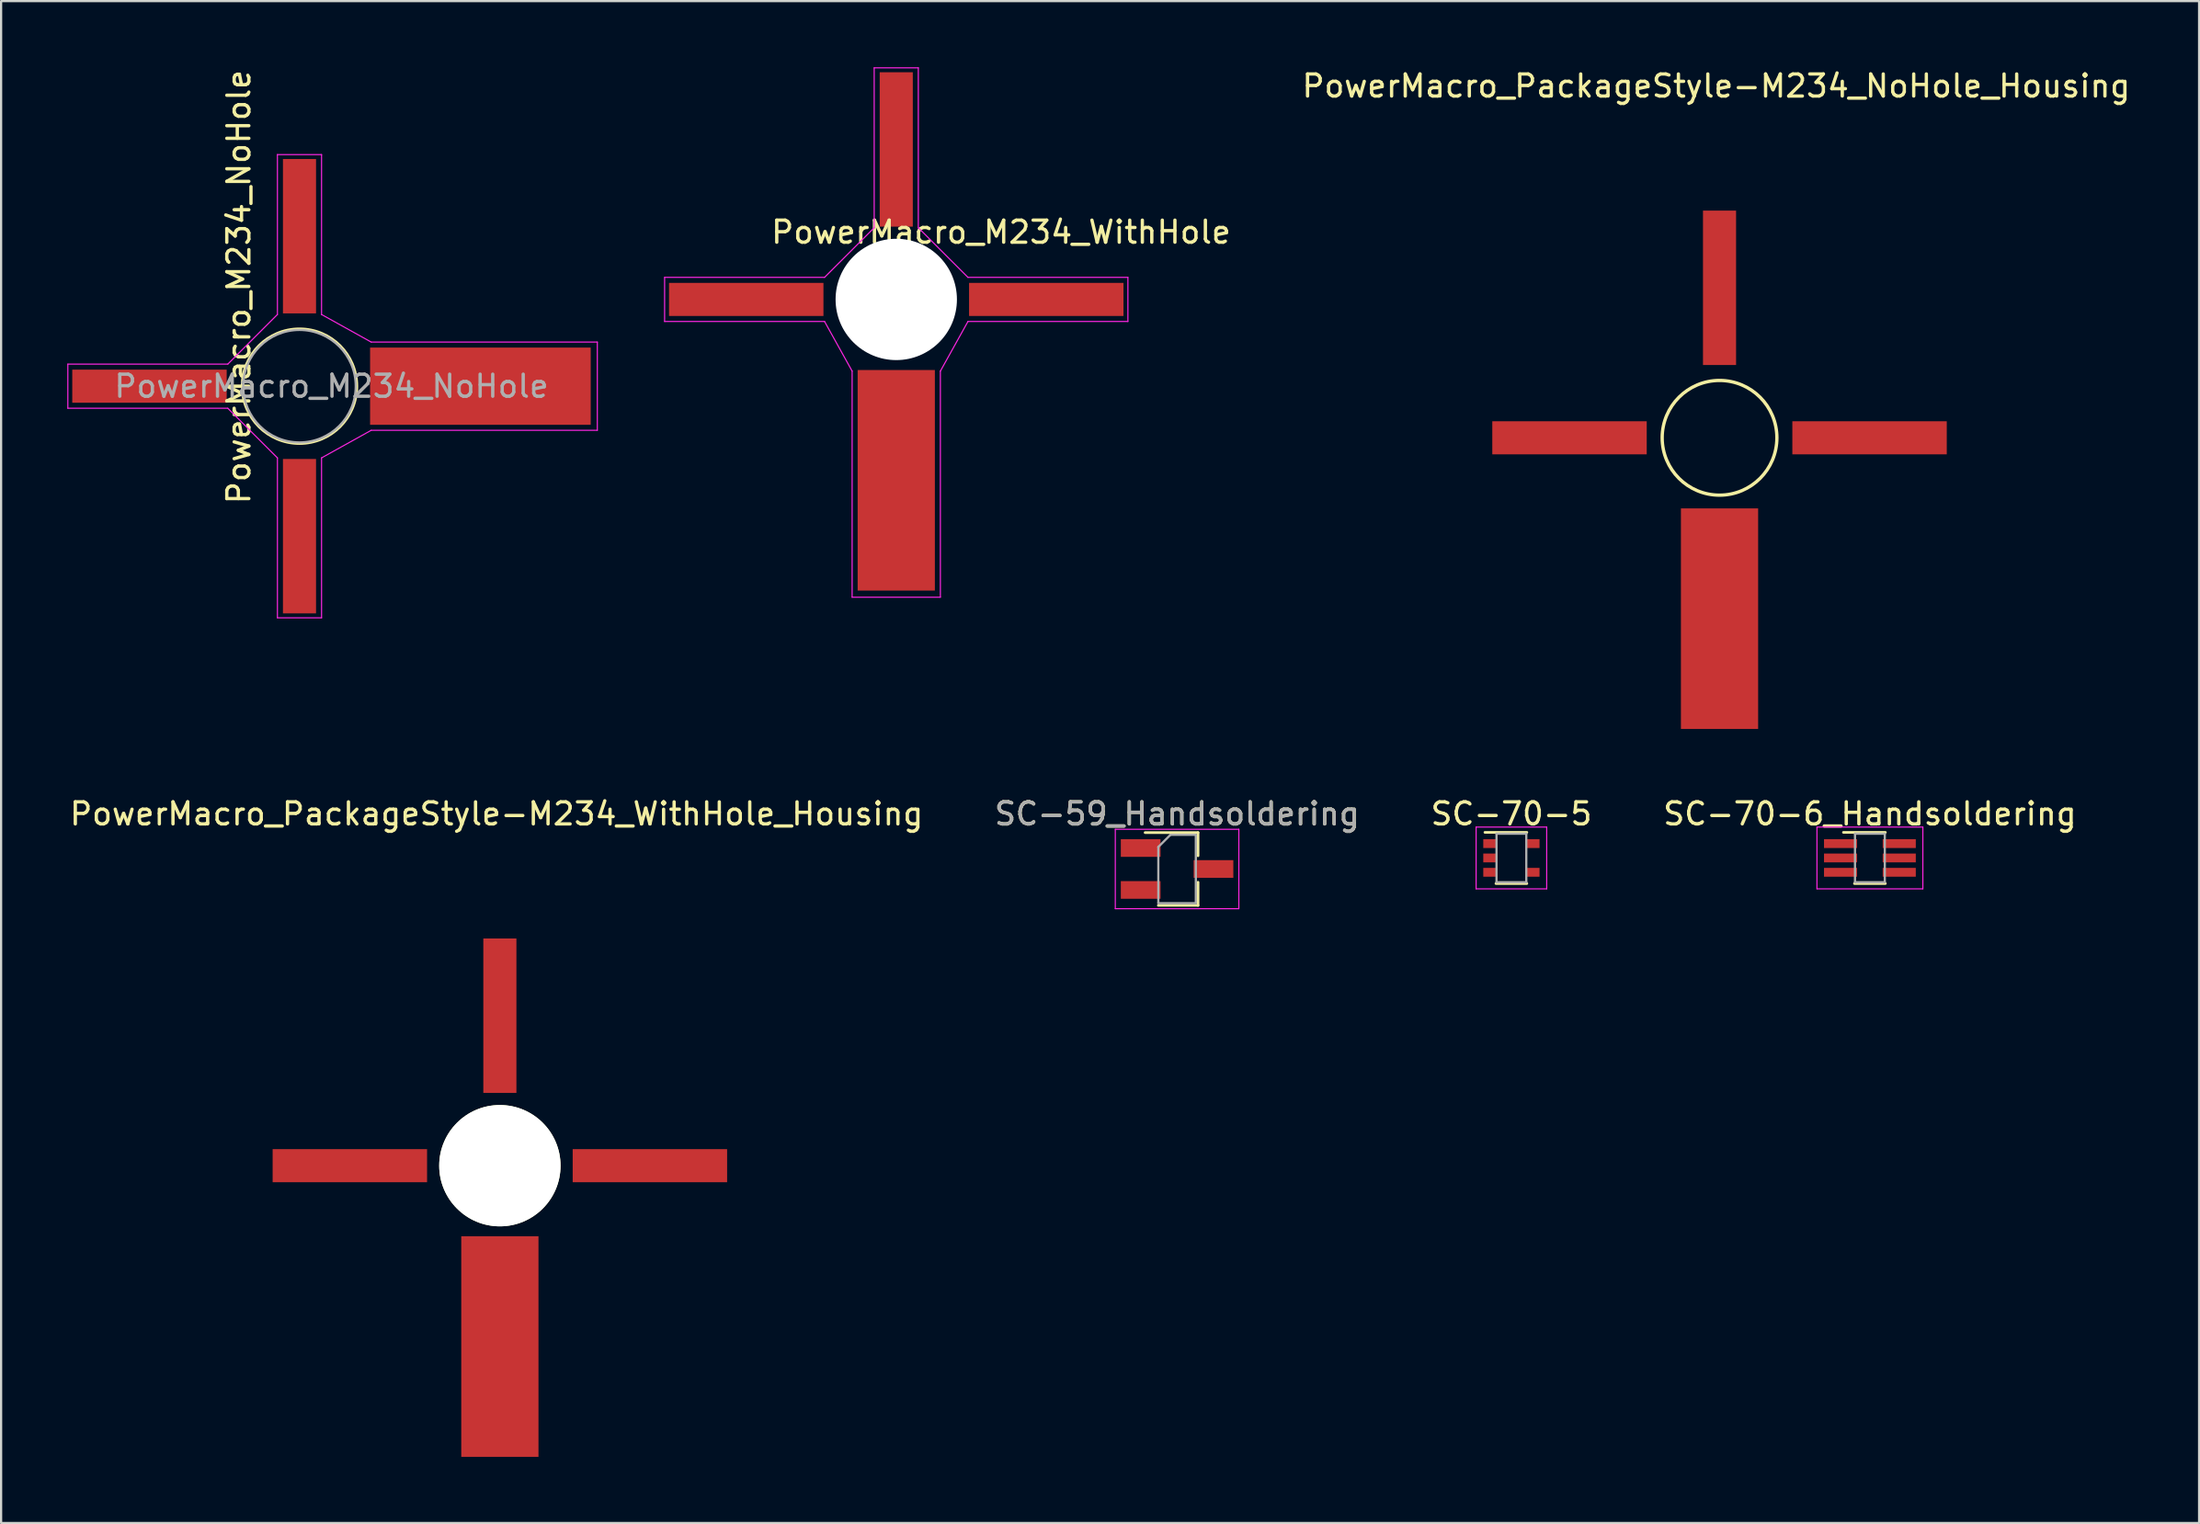
<source format=kicad_pcb>
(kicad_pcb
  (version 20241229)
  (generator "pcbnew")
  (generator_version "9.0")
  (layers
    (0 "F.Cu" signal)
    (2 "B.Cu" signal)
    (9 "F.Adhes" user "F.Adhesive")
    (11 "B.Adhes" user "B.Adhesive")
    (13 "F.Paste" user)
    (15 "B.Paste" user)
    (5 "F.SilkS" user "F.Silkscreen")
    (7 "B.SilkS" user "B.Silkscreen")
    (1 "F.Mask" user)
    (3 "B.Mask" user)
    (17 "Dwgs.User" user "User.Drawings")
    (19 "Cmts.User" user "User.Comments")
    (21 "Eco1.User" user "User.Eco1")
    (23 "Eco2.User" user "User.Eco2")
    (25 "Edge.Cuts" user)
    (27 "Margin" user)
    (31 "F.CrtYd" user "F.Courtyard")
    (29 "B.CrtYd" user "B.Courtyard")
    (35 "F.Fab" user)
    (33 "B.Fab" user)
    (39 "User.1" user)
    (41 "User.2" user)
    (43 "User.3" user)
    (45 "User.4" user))
  (footprint "SC-59_Handsoldering"
    (layer "F.Cu")
    (at 50.304 36.346)
    (property "Reference" "SC-59_Handsoldering" (at 0 -2.5 0) (layer "F.SilkS") (effects (font (size 1 1) (thickness 0.15))))
    (attr smd)
    (fp_line (start -1.45 -1.65) (end 0.95 -1.65) (stroke (width 0.12) (type solid)) (layer "F.SilkS"))
    (fp_line (start -0.85 1.65) (end 0.95 1.65) (stroke (width 0.12) (type solid)) (layer "F.SilkS"))
    (fp_line (start 0.95 -1.65) (end 0.95 -0.6) (stroke (width 0.12) (type solid)) (layer "F.SilkS"))
    (fp_line (start 0.95 1.65) (end 0.95 0.6) (stroke (width 0.12) (type solid)) (layer "F.SilkS"))
    (fp_line (start -2.8 -1.8) (end -2.8 1.8) (stroke (width 0.05) (type solid)) (layer "F.CrtYd"))
    (fp_line (start -2.8 -1.8) (end 2.8 -1.8) (stroke (width 0.05) (type solid)) (layer "F.CrtYd"))
    (fp_line (start 2.8 1.8) (end -2.8 1.8) (stroke (width 0.05) (type solid)) (layer "F.CrtYd"))
    (fp_line (start 2.8 1.8) (end 2.8 -1.8) (stroke (width 0.05) (type solid)) (layer "F.CrtYd"))
    (fp_line (start -0.85 1.55) (end -0.85 -1) (stroke (width 0.1) (type solid)) (layer "F.Fab"))
    (fp_line (start -0.85 1.55) (end 0.85 1.55) (stroke (width 0.1) (type solid)) (layer "F.Fab"))
    (fp_line (start -0.3 -1.55) (end -0.85 -1) (stroke (width 0.1) (type solid)) (layer "F.Fab"))
    (fp_line (start -0.3 -1.55) (end 0.85 -1.55) (stroke (width 0.1) (type solid)) (layer "F.Fab"))
    (fp_line (start 0.85 -1.52) (end 0.85 1.52) (stroke (width 0.1) (type solid)) (layer "F.Fab"))
    (fp_text user "${REFERENCE}" (at 0 -2.5 0) (layer "F.Fab") (effects (font (size 1 1) (thickness 0.15))))
    (pad "1" smd rect (at -1.65 -0.95) (size 1.8 0.8) (layers "F.Cu" "F.Mask" "F.Paste"))
    (pad "2" smd rect (at -1.65 0.95) (size 1.8 0.8) (layers "F.Cu" "F.Mask" "F.Paste"))
    (pad "3" smd rect (at 1.65 0) (size 1.8 0.8) (layers "F.Cu" "F.Mask" "F.Paste")))
  (footprint "PowerMacro_M234_WithHole"
    (layer "F.Cu")
    (at 37.575 11.225)
    (property "Reference" "PowerMacro_M234_WithHole" (at 4.75 -3.75 0) (layer "F.SilkS") (effects (font (size 1 1) (thickness 0.15))))
    (attr smd)
    (fp_line (start -10.5 -1.7) (end -10.5 0.3) (stroke (width 0.05) (type solid)) (layer "F.CrtYd"))
    (fp_line (start -10.5 0.3) (end -3.25 0.3) (stroke (width 0.05) (type solid)) (layer "F.CrtYd"))
    (fp_line (start -3.25 -1.7) (end -10.5 -1.7) (stroke (width 0.05) (type solid)) (layer "F.CrtYd"))
    (fp_line (start -3.25 0.3) (end -2 2.55) (stroke (width 0.05) (type solid)) (layer "F.CrtYd"))
    (fp_line (start -2 2.55) (end -2 12.8) (stroke (width 0.05) (type solid)) (layer "F.CrtYd"))
    (fp_line (start -2 12.8) (end 2 12.8) (stroke (width 0.05) (type solid)) (layer "F.CrtYd"))
    (fp_line (start -1 -11.2) (end -1 -3.95) (stroke (width 0.05) (type solid)) (layer "F.CrtYd"))
    (fp_line (start -1 -3.95) (end -3.25 -1.7) (stroke (width 0.05) (type solid)) (layer "F.CrtYd"))
    (fp_line (start 1 -11.2) (end -1 -11.2) (stroke (width 0.05) (type solid)) (layer "F.CrtYd"))
    (fp_line (start 1 -3.95) (end 1 -11.2) (stroke (width 0.05) (type solid)) (layer "F.CrtYd"))
    (fp_line (start 2 2.55) (end 3.25 0.3) (stroke (width 0.05) (type solid)) (layer "F.CrtYd"))
    (fp_line (start 2 12.8) (end 2 2.55) (stroke (width 0.05) (type solid)) (layer "F.CrtYd"))
    (fp_line (start 3.25 -1.7) (end 1 -3.95) (stroke (width 0.05) (type solid)) (layer "F.CrtYd"))
    (fp_line (start 3.25 0.3) (end 10.5 0.3) (stroke (width 0.05) (type solid)) (layer "F.CrtYd"))
    (fp_line (start 10.5 -1.7) (end 3.25 -1.7) (stroke (width 0.05) (type solid)) (layer "F.CrtYd"))
    (fp_line (start 10.5 0.3) (end 10.5 -1.7) (stroke (width 0.05) (type solid)) (layer "F.CrtYd"))
    (fp_circle (center 0 -0.7) (end 2.55 -0.7) (stroke (width 0.1) (type solid)) (fill no) (layer "F.Fab"))
    (pad "" np_thru_hole circle (at 0 -0.7) (size 5.5 5.5) (drill 5.5) (layers "*.Cu" "*.Mask"))
    (pad "1" smd rect (at 0 -7.5) (size 1.5 7) (layers "F.Cu" "F.Mask" "F.Paste"))
    (pad "2" smd rect (at -6.8 -0.7) (size 7 1.5) (layers "F.Cu" "F.Mask" "F.Paste"))
    (pad "3" smd rect (at 0 7.5) (size 3.5 10) (layers "F.Cu" "F.Mask" "F.Paste"))
    (pad "4" smd rect (at 6.8 -0.7) (size 7 1.5) (layers "F.Cu" "F.Mask" "F.Paste")))
  (footprint "SC-70-5"
    (layer "F.Cu")
    (at 65.458 35.846)
    (property "Reference" "SC-70-5" (at 0 -2 0) (layer "F.SilkS") (effects (font (size 1 1) (thickness 0.15))))
    (attr smd)
    (fp_line (start -0.7 1.16) (end 0.7 1.16) (stroke (width 0.12) (type solid)) (layer "F.SilkS"))
    (fp_line (start 0.7 -1.16) (end -1.2 -1.16) (stroke (width 0.12) (type solid)) (layer "F.SilkS"))
    (fp_line (start -1.6 -1.4) (end -1.6 1.4) (stroke (width 0.05) (type solid)) (layer "F.CrtYd"))
    (fp_line (start -1.6 -1.4) (end 1.6 -1.4) (stroke (width 0.05) (type solid)) (layer "F.CrtYd"))
    (fp_line (start -1.6 1.4) (end 1.6 1.4) (stroke (width 0.05) (type solid)) (layer "F.CrtYd"))
    (fp_line (start 1.6 1.4) (end 1.6 -1.4) (stroke (width 0.05) (type solid)) (layer "F.CrtYd"))
    (fp_line (start -0.675 -1.1) (end -0.675 1.1) (stroke (width 0.1) (type solid)) (layer "F.Fab"))
    (fp_line (start 0.675 -1.1) (end -0.675 -1.1) (stroke (width 0.1) (type solid)) (layer "F.Fab"))
    (fp_line (start 0.675 -1.1) (end 0.675 1.1) (stroke (width 0.1) (type solid)) (layer "F.Fab"))
    (fp_line (start 0.675 1.1) (end -0.675 1.1) (stroke (width 0.1) (type solid)) (layer "F.Fab"))
    (pad "1" smd rect (at -0.95 -0.65) (size 0.65 0.4) (layers "F.Cu" "F.Mask" "F.Paste"))
    (pad "2" smd rect (at -0.95 0) (size 0.65 0.4) (layers "F.Cu" "F.Mask" "F.Paste"))
    (pad "3" smd rect (at -0.95 0.65) (size 0.65 0.4) (layers "F.Cu" "F.Mask" "F.Paste"))
    (pad "4" smd rect (at 0.95 0.65) (size 0.65 0.4) (layers "F.Cu" "F.Mask" "F.Paste"))
    (pad "5" smd rect (at 0.95 -0.65) (size 0.65 0.4) (layers "F.Cu" "F.Mask" "F.Paste")))
  (footprint "PowerMacro_M234_NoHole"
    (layer "F.Cu")
    (at 11.225 14.458)
    (property "Reference" "PowerMacro_M234_NoHole" (at -3.45 -4.5 90) (layer "F.SilkS") (effects (font (size 1 1) (thickness 0.15))))
    (attr smd)
    (fp_circle (center -0.7 0) (end -0.7 -2.6) (stroke (width 0.12) (type solid)) (fill no) (layer "F.SilkS"))
    (fp_line (start -11.2 -1) (end -11.2 1) (stroke (width 0.05) (type solid)) (layer "F.CrtYd"))
    (fp_line (start -11.2 1) (end -3.95 1) (stroke (width 0.05) (type solid)) (layer "F.CrtYd"))
    (fp_line (start -3.95 -1) (end -11.2 -1) (stroke (width 0.05) (type solid)) (layer "F.CrtYd"))
    (fp_line (start -3.95 1) (end -1.7 3.25) (stroke (width 0.05) (type solid)) (layer "F.CrtYd"))
    (fp_line (start -1.7 -10.5) (end -1.7 -3.25) (stroke (width 0.05) (type solid)) (layer "F.CrtYd"))
    (fp_line (start -1.7 -3.25) (end -3.95 -1) (stroke (width 0.05) (type solid)) (layer "F.CrtYd"))
    (fp_line (start -1.7 3.25) (end -1.7 10.5) (stroke (width 0.05) (type solid)) (layer "F.CrtYd"))
    (fp_line (start -1.7 10.5) (end 0.3 10.5) (stroke (width 0.05) (type solid)) (layer "F.CrtYd"))
    (fp_line (start 0.3 -10.5) (end -1.7 -10.5) (stroke (width 0.05) (type solid)) (layer "F.CrtYd"))
    (fp_line (start 0.3 -3.25) (end 0.3 -10.5) (stroke (width 0.05) (type solid)) (layer "F.CrtYd"))
    (fp_line (start 0.3 3.25) (end 2.55 2) (stroke (width 0.05) (type solid)) (layer "F.CrtYd"))
    (fp_line (start 0.3 10.5) (end 0.3 3.25) (stroke (width 0.05) (type solid)) (layer "F.CrtYd"))
    (fp_line (start 2.55 -2) (end 0.3 -3.25) (stroke (width 0.05) (type solid)) (layer "F.CrtYd"))
    (fp_line (start 2.55 2) (end 12.8 2) (stroke (width 0.05) (type solid)) (layer "F.CrtYd"))
    (fp_line (start 12.8 -2) (end 2.55 -2) (stroke (width 0.05) (type solid)) (layer "F.CrtYd"))
    (fp_line (start 12.8 2) (end 12.8 -2) (stroke (width 0.05) (type solid)) (layer "F.CrtYd"))
    (fp_circle (center -0.7 0) (end -0.7 -2.55) (stroke (width 0.1) (type solid)) (fill no) (layer "F.Fab"))
    (fp_text user "${REFERENCE}" (at 0.75 0 0) (layer "F.Fab") (effects (font (size 1 1) (thickness 0.15))))
    (pad "1" smd rect (at -7.5 0 90) (size 1.5 7) (layers "F.Cu" "F.Mask" "F.Paste"))
    (pad "2" smd rect (at -0.7 6.8 90) (size 7 1.5) (layers "F.Cu" "F.Mask" "F.Paste"))
    (pad "3" smd rect (at 7.5 0 90) (size 3.5 10) (layers "F.Cu" "F.Mask" "F.Paste"))
    (pad "4" smd rect (at -0.7 -6.8 90) (size 7 1.5) (layers "F.Cu" "F.Mask" "F.Paste")))
  (footprint "PowerMacro_PackageStyle-M234_WithHole_Housing"
    (layer "F.Cu")
    (at 19.608 49.797)
    (property "Reference" "PowerMacro_PackageStyle-M234_WithHole_Housing" (at -0.15 -15.95 0) (layer "F.SilkS") (effects (font (size 1 1) (thickness 0.15))))
    (attr smd)
    (pad "" np_thru_hole circle (at 0 0) (size 5.5 5.5) (drill 5.5) (layers "*.Cu" "*.Mask" "F.SilkS"))
    (pad "1" smd rect (at 0 -6.8) (size 1.5 7) (layers "F.Cu" "F.Mask" "F.Paste"))
    (pad "2" smd rect (at -6.8 0) (size 7 1.5) (layers "F.Cu" "F.Mask" "F.Paste"))
    (pad "3" smd rect (at 0 8.2) (size 3.5 10) (layers "F.Cu" "F.Mask" "F.Paste"))
    (pad "4" smd rect (at 6.8 0) (size 7 1.5) (layers "F.Cu" "F.Mask" "F.Paste")))
  (footprint "PowerMacro_PackageStyle-M234_NoHole_Housing"
    (layer "F.Cu")
    (at 74.892 16.798)
    (property "Reference" "PowerMacro_PackageStyle-M234_NoHole_Housing" (at -0.15 -15.95 0) (layer "F.SilkS") (effects (font (size 1 1) (thickness 0.15))))
    (attr smd)
    (fp_circle (center 0 0) (end 2.6 0) (stroke (width 0.15) (type solid)) (fill no) (layer "F.SilkS"))
    (pad "1" smd rect (at 0 -6.8) (size 1.5 7) (layers "F.Cu" "F.Mask" "F.Paste"))
    (pad "2" smd rect (at -6.8 0) (size 7 1.5) (layers "F.Cu" "F.Mask" "F.Paste"))
    (pad "3" smd rect (at 0 8.2) (size 3.5 10) (layers "F.Cu" "F.Mask" "F.Paste"))
    (pad "4" smd rect (at 6.8 0) (size 7 1.5) (layers "F.Cu" "F.Mask" "F.Paste")))
  (footprint "SC-70-6_Handsoldering"
    (layer "F.Cu")
    (at 81.708 35.846)
    (property "Reference" "SC-70-6_Handsoldering" (at 0 -2 0) (layer "F.SilkS") (effects (font (size 1 1) (thickness 0.15))))
    (attr smd)
    (fp_line (start -0.7 1.16) (end 0.7 1.16) (stroke (width 0.12) (type solid)) (layer "F.SilkS"))
    (fp_line (start 0.7 -1.16) (end -1.2 -1.16) (stroke (width 0.12) (type solid)) (layer "F.SilkS"))
    (fp_line (start -2.4 -1.4) (end -2.4 1.4) (stroke (width 0.05) (type solid)) (layer "F.CrtYd"))
    (fp_line (start -2.4 -1.4) (end 2.4 -1.4) (stroke (width 0.05) (type solid)) (layer "F.CrtYd"))
    (fp_line (start -2.4 1.4) (end 2.4 1.4) (stroke (width 0.05) (type solid)) (layer "F.CrtYd"))
    (fp_line (start 2.4 1.4) (end 2.4 -1.4) (stroke (width 0.05) (type solid)) (layer "F.CrtYd"))
    (fp_line (start -0.675 -1.1) (end -0.675 1.1) (stroke (width 0.1) (type solid)) (layer "F.Fab"))
    (fp_line (start 0.675 -1.1) (end -0.675 -1.1) (stroke (width 0.1) (type solid)) (layer "F.Fab"))
    (fp_line (start 0.675 -1.1) (end 0.675 1.1) (stroke (width 0.1) (type solid)) (layer "F.Fab"))
    (fp_line (start 0.675 1.1) (end -0.675 1.1) (stroke (width 0.1) (type solid)) (layer "F.Fab"))
    (pad "1" smd rect (at -1.33 -0.65) (size 1.5 0.4) (layers "F.Cu" "F.Mask" "F.Paste"))
    (pad "2" smd rect (at -1.33 0) (size 1.5 0.4) (layers "F.Cu" "F.Mask" "F.Paste"))
    (pad "3" smd rect (at -1.33 0.65) (size 1.5 0.4) (layers "F.Cu" "F.Mask" "F.Paste"))
    (pad "4" smd rect (at 1.33 0.65) (size 1.5 0.4) (layers "F.Cu" "F.Mask" "F.Paste"))
    (pad "5" smd rect (at 1.33 0) (size 1.5 0.4) (layers "F.Cu" "F.Mask" "F.Paste"))
    (pad "6" smd rect (at 1.33 -0.65) (size 1.5 0.4) (layers "F.Cu" "F.Mask" "F.Paste")))
  (gr_rect
    (start -3 -3)
    (end 96.629 65.996)
    (stroke (width 0.1) (type default))
    (fill no)
    (layer "Edge.Cuts")))
</source>
